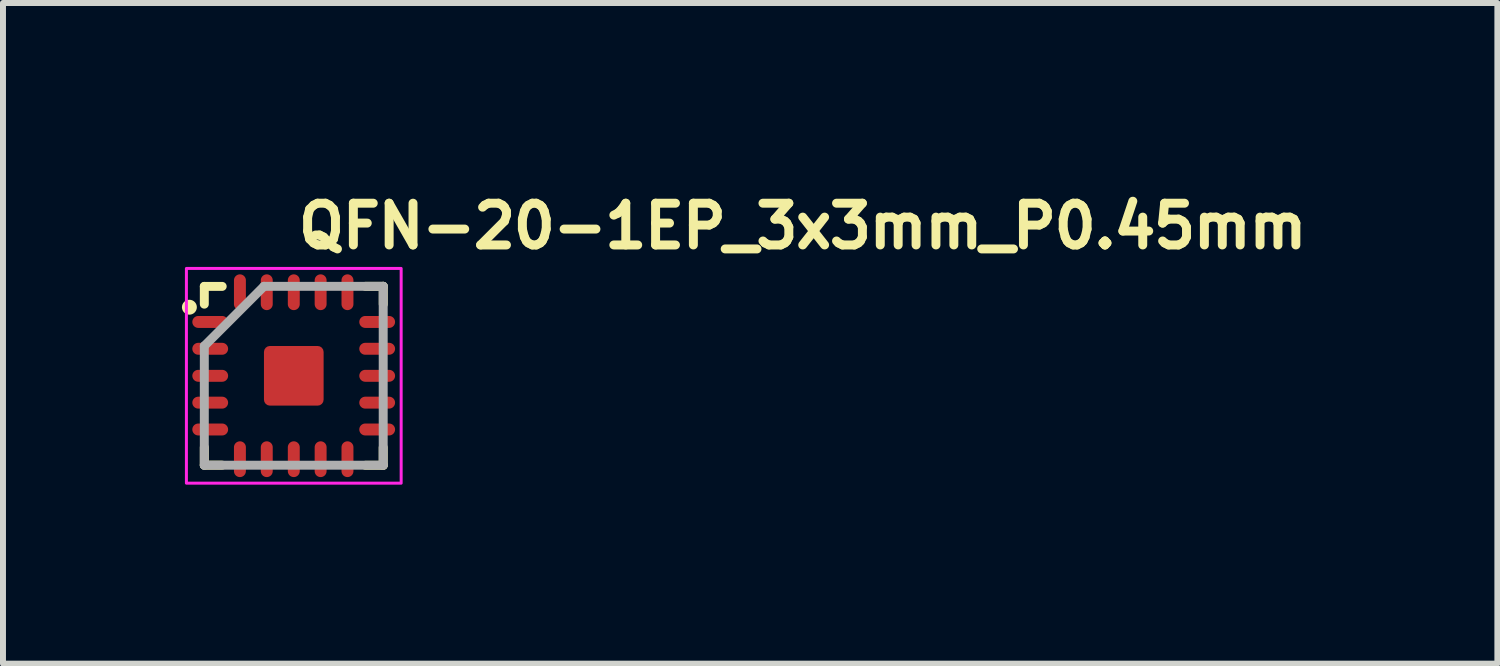
<source format=kicad_pcb>
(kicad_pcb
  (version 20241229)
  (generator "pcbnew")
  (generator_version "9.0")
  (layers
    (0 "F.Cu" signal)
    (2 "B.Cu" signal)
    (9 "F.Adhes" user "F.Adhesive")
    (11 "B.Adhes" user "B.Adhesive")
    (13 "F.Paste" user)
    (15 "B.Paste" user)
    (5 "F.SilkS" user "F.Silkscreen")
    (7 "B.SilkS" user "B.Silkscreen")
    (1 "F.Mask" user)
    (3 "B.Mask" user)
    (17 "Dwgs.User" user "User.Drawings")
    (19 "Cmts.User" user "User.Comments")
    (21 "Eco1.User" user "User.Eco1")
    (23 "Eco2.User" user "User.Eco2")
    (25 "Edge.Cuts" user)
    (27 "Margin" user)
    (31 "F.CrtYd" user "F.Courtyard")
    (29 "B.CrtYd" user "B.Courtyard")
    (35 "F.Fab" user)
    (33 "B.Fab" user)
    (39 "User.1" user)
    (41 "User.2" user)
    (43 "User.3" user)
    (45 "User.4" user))
  (footprint "QFN-20-1EP_3x3mm_P0.45mm"
    (layer "F.Cu")
    (at 1.875 3.25)
    (property "Reference" "QFN-20-1EP_3x3mm_P0.45mm" (at 0 -2.1 0) (layer "F.SilkS") (effects (font (size 0.7 0.7) (thickness 0.15)) (justify left bottom)))
    (attr smd)
    (fp_line (start -1.5 -1.499) (end -1.2 -1.499) (stroke (width 0.15) (type solid)) (layer "F.SilkS"))
    (fp_line (start -1.5 -1.201) (end -1.5 -1.499) (stroke (width 0.15) (type solid)) (layer "F.SilkS"))
    (fp_line (start -1.5 1.498) (end -1.5 1.2) (stroke (width 0.15) (type solid)) (layer "F.SilkS"))
    (fp_line (start -1.2 1.498) (end -1.5 1.498) (stroke (width 0.15) (type solid)) (layer "F.SilkS"))
    (fp_line (start 1.201 1.5) (end 1.499 1.5) (stroke (width 0.15) (type solid)) (layer "F.SilkS"))
    (fp_line (start 1.202 -1.5) (end 1.5 -1.5) (stroke (width 0.15) (type solid)) (layer "F.SilkS"))
    (fp_line (start 1.499 1.5) (end 1.499 1.202) (stroke (width 0.15) (type solid)) (layer "F.SilkS"))
    (fp_line (start 1.5 -1.5) (end 1.5 -1.2) (stroke (width 0.15) (type solid)) (layer "F.SilkS"))
    (fp_circle (center -1.75 -1.15) (end -1.7 -1.15) (stroke (width 0.15) (type solid)) (fill yes) (layer "F.SilkS"))
    (fp_rect (start -1.8 -1.8) (end 1.8 1.8) (stroke (width 0.05) (type solid)) (fill no) (layer "F.CrtYd"))
    (fp_line (start -1.5 -0.5) (end -1.5 1.499) (stroke (width 0.15) (type solid)) (layer "F.Fab"))
    (fp_line (start -1.5 1.499) (end 1.499 1.499) (stroke (width 0.15) (type solid)) (layer "F.Fab"))
    (fp_line (start -0.5 -1.5) (end -1.5 -0.5) (stroke (width 0.15) (type solid)) (layer "F.Fab"))
    (fp_line (start 1.499 -1.5) (end -0.5 -1.5) (stroke (width 0.15) (type solid)) (layer "F.Fab"))
    (fp_line (start 1.499 1.499) (end 1.499 -1.5) (stroke (width 0.15) (type solid)) (layer "F.Fab"))
    (fp_rect (start -1.5 -1.5) (end 1.499 1.499) (stroke (width 0.1) (type solid)) (fill no) (layer "User.5"))
    (fp_rect (start -1.5 -1.5) (end 1.499 1.499) (stroke (width 0.1) (type solid)) (fill no) (layer "User.5"))
    (fp_line (start -1.5 -0.952) (end -1.5 -0.85) (stroke (width 0.02) (type solid)) (layer "User.9"))
    (fp_line (start -1.5 -0.85) (end -1.45 -0.85) (stroke (width 0.02) (type solid)) (layer "User.9"))
    (fp_line (start -1.5 -0.5) (end -1.5 -0.403) (stroke (width 0.02) (type solid)) (layer "User.9"))
    (fp_line (start -1.5 -0.403) (end -1.45 -0.403) (stroke (width 0.02) (type solid)) (layer "User.9"))
    (fp_line (start -1.5 -0.053) (end -1.5 0.05) (stroke (width 0.02) (type solid)) (layer "User.9"))
    (fp_line (start -1.5 0.05) (end -1.45 0.05) (stroke (width 0.02) (type solid)) (layer "User.9"))
    (fp_line (start -1.5 0.4) (end -1.5 0.497) (stroke (width 0.02) (type solid)) (layer "User.9"))
    (fp_line (start -1.5 0.497) (end -1.45 0.497) (stroke (width 0.02) (type solid)) (layer "User.9"))
    (fp_line (start -1.5 0.847) (end -1.5 0.949) (stroke (width 0.02) (type solid)) (layer "User.9"))
    (fp_line (start -1.5 0.949) (end -1.45 0.949) (stroke (width 0.02) (type solid)) (layer "User.9"))
    (fp_line (start -1.45 -1.45) (end -1.45 1.449) (stroke (width 0.02) (type solid)) (layer "User.9"))
    (fp_line (start -1.45 -1.45) (end 1.449 -1.45) (stroke (width 0.02) (type solid)) (layer "User.9"))
    (fp_line (start -1.45 -0.952) (end -1.5 -0.952) (stroke (width 0.02) (type solid)) (layer "User.9"))
    (fp_line (start -1.45 -0.5) (end -1.5 -0.5) (stroke (width 0.02) (type solid)) (layer "User.9"))
    (fp_line (start -1.45 -0.053) (end -1.5 -0.053) (stroke (width 0.02) (type solid)) (layer "User.9"))
    (fp_line (start -1.45 0.4) (end -1.5 0.4) (stroke (width 0.02) (type solid)) (layer "User.9"))
    (fp_line (start -1.45 0.847) (end -1.5 0.847) (stroke (width 0.02) (type solid)) (layer "User.9"))
    (fp_line (start -1.45 1.449) (end 1.449 1.449) (stroke (width 0.02) (type solid)) (layer "User.9"))
    (fp_line (start -1.101 -1.012) (end -1.101 -1.006) (stroke (width 0.02) (type solid)) (layer "User.9"))
    (fp_line (start -1.101 -1.006) (end -1.101 -1) (stroke (width 0.02) (type solid)) (layer "User.9"))
    (fp_line (start -1.101 -1) (end -1.101 -1) (stroke (width 0.02) (type solid)) (layer "User.9"))
    (fp_line (start -1.101 -1) (end -1.101 -0.995) (stroke (width 0.02) (type solid)) (layer "User.9"))
    (fp_line (start -1.101 -0.995) (end -1.101 -0.99) (stroke (width 0.02) (type solid)) (layer "User.9"))
    (fp_line (start -1.101 -0.99) (end -1.099 -0.985) (stroke (width 0.02) (type solid)) (layer "User.9"))
    (fp_line (start -1.099 -1.022) (end -1.099 -1.016) (stroke (width 0.02) (type solid)) (layer "User.9"))
    (fp_line (start -1.099 -1.016) (end -1.101 -1.012) (stroke (width 0.02) (type solid)) (layer "User.9"))
    (fp_line (start -1.099 -0.985) (end -1.099 -0.98) (stroke (width 0.02) (type solid)) (layer "User.9"))
    (fp_line (start -1.099 -0.98) (end -1.097 -0.976) (stroke (width 0.02) (type solid)) (layer "User.9"))
    (fp_line (start -1.097 -1.031) (end -1.097 -1.025) (stroke (width 0.02) (type solid)) (layer "User.9"))
    (fp_line (start -1.097 -1.025) (end -1.099 -1.022) (stroke (width 0.02) (type solid)) (layer "User.9"))
    (fp_line (start -1.097 -0.976) (end -1.097 -0.971) (stroke (width 0.02) (type solid)) (layer "User.9"))
    (fp_line (start -1.097 -0.971) (end -1.095 -0.966) (stroke (width 0.02) (type solid)) (layer "User.9"))
    (fp_line (start -1.095 -1.035) (end -1.097 -1.031) (stroke (width 0.02) (type solid)) (layer "User.9"))
    (fp_line (start -1.095 -0.966) (end -1.093 -0.962) (stroke (width 0.02) (type solid)) (layer "User.9"))
    (fp_line (start -1.093 -1.039) (end -1.095 -1.035) (stroke (width 0.02) (type solid)) (layer "User.9"))
    (fp_line (start -1.093 -0.962) (end -1.091 -0.959) (stroke (width 0.02) (type solid)) (layer "User.9"))
    (fp_line (start -1.091 -1.045) (end -1.093 -1.039) (stroke (width 0.02) (type solid)) (layer "User.9"))
    (fp_line (start -1.091 -0.959) (end -1.089 -0.955) (stroke (width 0.02) (type solid)) (layer "User.9"))
    (fp_line (start -1.089 -1.049) (end -1.091 -1.045) (stroke (width 0.02) (type solid)) (layer "User.9"))
    (fp_line (start -1.089 -0.955) (end -1.087 -0.951) (stroke (width 0.02) (type solid)) (layer "User.9"))
    (fp_line (start -1.087 -1.053) (end -1.089 -1.049) (stroke (width 0.02) (type solid)) (layer "User.9"))
    (fp_line (start -1.087 -0.951) (end -1.083 -0.947) (stroke (width 0.02) (type solid)) (layer "User.9"))
    (fp_line (start -1.083 -1.057) (end -1.087 -1.053) (stroke (width 0.02) (type solid)) (layer "User.9"))
    (fp_line (start -1.083 -0.947) (end -1.081 -0.943) (stroke (width 0.02) (type solid)) (layer "User.9"))
    (fp_line (start -1.081 -1.061) (end -1.083 -1.057) (stroke (width 0.02) (type solid)) (layer "User.9"))
    (fp_line (start -1.081 -0.943) (end -1.079 -0.939) (stroke (width 0.02) (type solid)) (layer "User.9"))
    (fp_line (start -1.079 -1.065) (end -1.081 -1.061) (stroke (width 0.02) (type solid)) (layer "User.9"))
    (fp_line (start -1.079 -0.939) (end -1.075 -0.935) (stroke (width 0.02) (type solid)) (layer "User.9"))
    (fp_line (start -1.075 -1.069) (end -1.079 -1.065) (stroke (width 0.02) (type solid)) (layer "User.9"))
    (fp_line (start -1.075 -0.935) (end -1.071 -0.932) (stroke (width 0.02) (type solid)) (layer "User.9"))
    (fp_line (start -1.071 -1.071) (end -1.075 -1.069) (stroke (width 0.02) (type solid)) (layer "User.9"))
    (fp_line (start -1.071 -0.932) (end -1.069 -0.928) (stroke (width 0.02) (type solid)) (layer "User.9"))
    (fp_line (start -1.069 -1.075) (end -1.071 -1.071) (stroke (width 0.02) (type solid)) (layer "User.9"))
    (fp_line (start -1.069 -0.928) (end -1.065 -0.925) (stroke (width 0.02) (type solid)) (layer "User.9"))
    (fp_line (start -1.065 -1.079) (end -1.069 -1.075) (stroke (width 0.02) (type solid)) (layer "User.9"))
    (fp_line (start -1.065 -0.925) (end -1.061 -0.922) (stroke (width 0.02) (type solid)) (layer "User.9"))
    (fp_line (start -1.061 -1.081) (end -1.065 -1.079) (stroke (width 0.02) (type solid)) (layer "User.9"))
    (fp_line (start -1.061 -0.922) (end -1.057 -0.92) (stroke (width 0.02) (type solid)) (layer "User.9"))
    (fp_line (start -1.057 -1.083) (end -1.061 -1.081) (stroke (width 0.02) (type solid)) (layer "User.9"))
    (fp_line (start -1.057 -0.92) (end -1.053 -0.917) (stroke (width 0.02) (type solid)) (layer "User.9"))
    (fp_line (start -1.053 -1.087) (end -1.057 -1.083) (stroke (width 0.02) (type solid)) (layer "User.9"))
    (fp_line (start -1.053 -0.917) (end -1.049 -0.915) (stroke (width 0.02) (type solid)) (layer "User.9"))
    (fp_line (start -1.049 -1.089) (end -1.053 -1.087) (stroke (width 0.02) (type solid)) (layer "User.9"))
    (fp_line (start -1.049 -0.915) (end -1.045 -0.912) (stroke (width 0.02) (type solid)) (layer "User.9"))
    (fp_line (start -1.045 -1.091) (end -1.049 -1.089) (stroke (width 0.02) (type solid)) (layer "User.9"))
    (fp_line (start -1.045 -0.912) (end -1.039 -0.91) (stroke (width 0.02) (type solid)) (layer "User.9"))
    (fp_line (start -1.039 -1.093) (end -1.045 -1.091) (stroke (width 0.02) (type solid)) (layer "User.9"))
    (fp_line (start -1.039 -0.91) (end -1.035 -0.909) (stroke (width 0.02) (type solid)) (layer "User.9"))
    (fp_line (start -1.035 -1.095) (end -1.039 -1.093) (stroke (width 0.02) (type solid)) (layer "User.9"))
    (fp_line (start -1.035 -0.909) (end -1.031 -0.907) (stroke (width 0.02) (type solid)) (layer "User.9"))
    (fp_line (start -1.031 -1.097) (end -1.035 -1.095) (stroke (width 0.02) (type solid)) (layer "User.9"))
    (fp_line (start -1.031 -0.907) (end -1.025 -0.906) (stroke (width 0.02) (type solid)) (layer "User.9"))
    (fp_line (start -1.025 -1.097) (end -1.031 -1.097) (stroke (width 0.02) (type solid)) (layer "User.9"))
    (fp_line (start -1.025 -0.906) (end -1.022 -0.905) (stroke (width 0.02) (type solid)) (layer "User.9"))
    (fp_line (start -1.022 -1.099) (end -1.025 -1.097) (stroke (width 0.02) (type solid)) (layer "User.9"))
    (fp_line (start -1.022 -0.905) (end -1.016 -0.904) (stroke (width 0.02) (type solid)) (layer "User.9"))
    (fp_line (start -1.016 -1.099) (end -1.022 -1.099) (stroke (width 0.02) (type solid)) (layer "User.9"))
    (fp_line (start -1.016 -0.904) (end -1.012 -0.903) (stroke (width 0.02) (type solid)) (layer "User.9"))
    (fp_line (start -1.012 -1.101) (end -1.016 -1.099) (stroke (width 0.02) (type solid)) (layer "User.9"))
    (fp_line (start -1.012 -0.903) (end -1.006 -0.903) (stroke (width 0.02) (type solid)) (layer "User.9"))
    (fp_line (start -1.006 -1.101) (end -1.012 -1.101) (stroke (width 0.02) (type solid)) (layer "User.9"))
    (fp_line (start -1.006 -0.903) (end -1 -0.903) (stroke (width 0.02) (type solid)) (layer "User.9"))
    (fp_line (start -1 -1.101) (end -1.006 -1.101) (stroke (width 0.02) (type solid)) (layer "User.9"))
    (fp_line (start -1 -1.101) (end -1 -1.101) (stroke (width 0.02) (type solid)) (layer "User.9"))
    (fp_line (start -1 -0.903) (end -1 -0.903) (stroke (width 0.02) (type solid)) (layer "User.9"))
    (fp_line (start -1 -0.903) (end -0.995 -0.903) (stroke (width 0.02) (type solid)) (layer "User.9"))
    (fp_line (start -0.995 -1.101) (end -1 -1.101) (stroke (width 0.02) (type solid)) (layer "User.9"))
    (fp_line (start -0.995 -0.903) (end -0.99 -0.903) (stroke (width 0.02) (type solid)) (layer "User.9"))
    (fp_line (start -0.99 -1.101) (end -0.995 -1.101) (stroke (width 0.02) (type solid)) (layer "User.9"))
    (fp_line (start -0.99 -0.903) (end -0.985 -0.904) (stroke (width 0.02) (type solid)) (layer "User.9"))
    (fp_line (start -0.985 -1.099) (end -0.99 -1.101) (stroke (width 0.02) (type solid)) (layer "User.9"))
    (fp_line (start -0.985 -0.904) (end -0.98 -0.905) (stroke (width 0.02) (type solid)) (layer "User.9"))
    (fp_line (start -0.98 -1.099) (end -0.985 -1.099) (stroke (width 0.02) (type solid)) (layer "User.9"))
    (fp_line (start -0.98 -0.905) (end -0.976 -0.906) (stroke (width 0.02) (type solid)) (layer "User.9"))
    (fp_line (start -0.976 -1.097) (end -0.98 -1.099) (stroke (width 0.02) (type solid)) (layer "User.9"))
    (fp_line (start -0.976 -0.906) (end -0.971 -0.907) (stroke (width 0.02) (type solid)) (layer "User.9"))
    (fp_line (start -0.971 -1.097) (end -0.976 -1.097) (stroke (width 0.02) (type solid)) (layer "User.9"))
    (fp_line (start -0.971 -0.907) (end -0.966 -0.909) (stroke (width 0.02) (type solid)) (layer "User.9"))
    (fp_line (start -0.966 -1.095) (end -0.971 -1.097) (stroke (width 0.02) (type solid)) (layer "User.9"))
    (fp_line (start -0.966 -0.909) (end -0.962 -0.91) (stroke (width 0.02) (type solid)) (layer "User.9"))
    (fp_line (start -0.962 -1.093) (end -0.966 -1.095) (stroke (width 0.02) (type solid)) (layer "User.9"))
    (fp_line (start -0.962 -0.91) (end -0.959 -0.912) (stroke (width 0.02) (type solid)) (layer "User.9"))
    (fp_line (start -0.959 -1.091) (end -0.962 -1.093) (stroke (width 0.02) (type solid)) (layer "User.9"))
    (fp_line (start -0.959 -0.912) (end -0.955 -0.915) (stroke (width 0.02) (type solid)) (layer "User.9"))
    (fp_line (start -0.955 -1.089) (end -0.959 -1.091) (stroke (width 0.02) (type solid)) (layer "User.9"))
    (fp_line (start -0.955 -0.915) (end -0.951 -0.917) (stroke (width 0.02) (type solid)) (layer "User.9"))
    (fp_line (start -0.952 -1.5) (end -0.952 -1.45) (stroke (width 0.02) (type solid)) (layer "User.9"))
    (fp_line (start -0.952 1.449) (end -0.952 1.499) (stroke (width 0.02) (type solid)) (layer "User.9"))
    (fp_line (start -0.952 1.499) (end -0.85 1.499) (stroke (width 0.02) (type solid)) (layer "User.9"))
    (fp_line (start -0.951 -1.087) (end -0.955 -1.089) (stroke (width 0.02) (type solid)) (layer "User.9"))
    (fp_line (start -0.951 -0.917) (end -0.947 -0.92) (stroke (width 0.02) (type solid)) (layer "User.9"))
    (fp_line (start -0.947 -1.083) (end -0.951 -1.087) (stroke (width 0.02) (type solid)) (layer "User.9"))
    (fp_line (start -0.947 -0.92) (end -0.943 -0.922) (stroke (width 0.02) (type solid)) (layer "User.9"))
    (fp_line (start -0.943 -1.081) (end -0.947 -1.083) (stroke (width 0.02) (type solid)) (layer "User.9"))
    (fp_line (start -0.943 -0.922) (end -0.939 -0.925) (stroke (width 0.02) (type solid)) (layer "User.9"))
    (fp_line (start -0.939 -1.079) (end -0.943 -1.081) (stroke (width 0.02) (type solid)) (layer "User.9"))
    (fp_line (start -0.939 -0.925) (end -0.935 -0.928) (stroke (width 0.02) (type solid)) (layer "User.9"))
    (fp_line (start -0.935 -1.075) (end -0.939 -1.079) (stroke (width 0.02) (type solid)) (layer "User.9"))
    (fp_line (start -0.935 -0.928) (end -0.932 -0.932) (stroke (width 0.02) (type solid)) (layer "User.9"))
    (fp_line (start -0.932 -1.071) (end -0.935 -1.075) (stroke (width 0.02) (type solid)) (layer "User.9"))
    (fp_line (start -0.932 -0.932) (end -0.928 -0.935) (stroke (width 0.02) (type solid)) (layer "User.9"))
    (fp_line (start -0.928 -1.069) (end -0.932 -1.071) (stroke (width 0.02) (type solid)) (layer "User.9"))
    (fp_line (start -0.928 -0.935) (end -0.925 -0.939) (stroke (width 0.02) (type solid)) (layer "User.9"))
    (fp_line (start -0.925 -1.065) (end -0.928 -1.069) (stroke (width 0.02) (type solid)) (layer "User.9"))
    (fp_line (start -0.925 -0.939) (end -0.922 -0.943) (stroke (width 0.02) (type solid)) (layer "User.9"))
    (fp_line (start -0.922 -1.061) (end -0.925 -1.065) (stroke (width 0.02) (type solid)) (layer "User.9"))
    (fp_line (start -0.922 -0.943) (end -0.92 -0.947) (stroke (width 0.02) (type solid)) (layer "User.9"))
    (fp_line (start -0.92 -1.057) (end -0.922 -1.061) (stroke (width 0.02) (type solid)) (layer "User.9"))
    (fp_line (start -0.92 -0.947) (end -0.917 -0.951) (stroke (width 0.02) (type solid)) (layer "User.9"))
    (fp_line (start -0.917 -1.053) (end -0.92 -1.057) (stroke (width 0.02) (type solid)) (layer "User.9"))
    (fp_line (start -0.917 -0.951) (end -0.915 -0.955) (stroke (width 0.02) (type solid)) (layer "User.9"))
    (fp_line (start -0.915 -1.049) (end -0.917 -1.053) (stroke (width 0.02) (type solid)) (layer "User.9"))
    (fp_line (start -0.915 -0.955) (end -0.912 -0.959) (stroke (width 0.02) (type solid)) (layer "User.9"))
    (fp_line (start -0.912 -1.045) (end -0.915 -1.049) (stroke (width 0.02) (type solid)) (layer "User.9"))
    (fp_line (start -0.912 -0.959) (end -0.91 -0.962) (stroke (width 0.02) (type solid)) (layer "User.9"))
    (fp_line (start -0.91 -1.039) (end -0.912 -1.045) (stroke (width 0.02) (type solid)) (layer "User.9"))
    (fp_line (start -0.91 -0.962) (end -0.909 -0.966) (stroke (width 0.02) (type solid)) (layer "User.9"))
    (fp_line (start -0.909 -1.035) (end -0.91 -1.039) (stroke (width 0.02) (type solid)) (layer "User.9"))
    (fp_line (start -0.909 -0.966) (end -0.907 -0.971) (stroke (width 0.02) (type solid)) (layer "User.9"))
    (fp_line (start -0.907 -1.031) (end -0.909 -1.035) (stroke (width 0.02) (type solid)) (layer "User.9"))
    (fp_line (start -0.907 -0.971) (end -0.906 -0.976) (stroke (width 0.02) (type solid)) (layer "User.9"))
    (fp_line (start -0.906 -1.025) (end -0.907 -1.031) (stroke (width 0.02) (type solid)) (layer "User.9"))
    (fp_line (start -0.906 -0.976) (end -0.905 -0.98) (stroke (width 0.02) (type solid)) (layer "User.9"))
    (fp_line (start -0.905 -1.022) (end -0.906 -1.025) (stroke (width 0.02) (type solid)) (layer "User.9"))
    (fp_line (start -0.905 -0.98) (end -0.904 -0.985) (stroke (width 0.02) (type solid)) (layer "User.9"))
    (fp_line (start -0.904 -1.016) (end -0.905 -1.022) (stroke (width 0.02) (type solid)) (layer "User.9"))
    (fp_line (start -0.904 -0.985) (end -0.903 -0.99) (stroke (width 0.02) (type solid)) (layer "User.9"))
    (fp_line (start -0.903 -1.012) (end -0.904 -1.016) (stroke (width 0.02) (type solid)) (layer "User.9"))
    (fp_line (start -0.903 -1.006) (end -0.903 -1.012) (stroke (width 0.02) (type solid)) (layer "User.9"))
    (fp_line (start -0.903 -1) (end -0.903 -1.006) (stroke (width 0.02) (type solid)) (layer "User.9"))
    (fp_line (start -0.903 -1) (end -0.903 -1) (stroke (width 0.02) (type solid)) (layer "User.9"))
    (fp_line (start -0.903 -1) (end -0.903 -1) (stroke (width 0.02) (type solid)) (layer "User.9"))
    (fp_line (start -0.903 -0.995) (end -0.903 -1) (stroke (width 0.02) (type solid)) (layer "User.9"))
    (fp_line (start -0.903 -0.99) (end -0.903 -0.995) (stroke (width 0.02) (type solid)) (layer "User.9"))
    (fp_line (start -0.85 -1.5) (end -0.952 -1.5) (stroke (width 0.02) (type solid)) (layer "User.9"))
    (fp_line (start -0.85 -1.45) (end -0.85 -1.5) (stroke (width 0.02) (type solid)) (layer "User.9"))
    (fp_line (start -0.85 1.499) (end -0.85 1.449) (stroke (width 0.02) (type solid)) (layer "User.9"))
    (fp_line (start -0.5 -1.5) (end -0.5 -1.45) (stroke (width 0.02) (type solid)) (layer "User.9"))
    (fp_line (start -0.5 1.449) (end -0.5 1.499) (stroke (width 0.02) (type solid)) (layer "User.9"))
    (fp_line (start -0.5 1.499) (end -0.403 1.499) (stroke (width 0.02) (type solid)) (layer "User.9"))
    (fp_line (start -0.403 -1.5) (end -0.5 -1.5) (stroke (width 0.02) (type solid)) (layer "User.9"))
    (fp_line (start -0.403 -1.45) (end -0.403 -1.5) (stroke (width 0.02) (type solid)) (layer "User.9"))
    (fp_line (start -0.403 1.499) (end -0.403 1.449) (stroke (width 0.02) (type solid)) (layer "User.9"))
    (fp_line (start -0.053 -1.5) (end -0.053 -1.45) (stroke (width 0.02) (type solid)) (layer "User.9"))
    (fp_line (start -0.053 1.449) (end -0.053 1.499) (stroke (width 0.02) (type solid)) (layer "User.9"))
    (fp_line (start -0.053 1.499) (end 0.05 1.499) (stroke (width 0.02) (type solid)) (layer "User.9"))
    (fp_line (start 0.05 -1.5) (end -0.053 -1.5) (stroke (width 0.02) (type solid)) (layer "User.9"))
    (fp_line (start 0.05 -1.45) (end 0.05 -1.5) (stroke (width 0.02) (type solid)) (layer "User.9"))
    (fp_line (start 0.05 1.499) (end 0.05 1.449) (stroke (width 0.02) (type solid)) (layer "User.9"))
    (fp_line (start 0.4 -1.5) (end 0.4 -1.45) (stroke (width 0.02) (type solid)) (layer "User.9"))
    (fp_line (start 0.4 1.449) (end 0.4 1.499) (stroke (width 0.02) (type solid)) (layer "User.9"))
    (fp_line (start 0.4 1.499) (end 0.497 1.499) (stroke (width 0.02) (type solid)) (layer "User.9"))
    (fp_line (start 0.497 -1.5) (end 0.4 -1.5) (stroke (width 0.02) (type solid)) (layer "User.9"))
    (fp_line (start 0.497 -1.45) (end 0.497 -1.5) (stroke (width 0.02) (type solid)) (layer "User.9"))
    (fp_line (start 0.497 1.499) (end 0.497 1.449) (stroke (width 0.02) (type solid)) (layer "User.9"))
    (fp_line (start 0.847 -1.5) (end 0.847 -1.45) (stroke (width 0.02) (type solid)) (layer "User.9"))
    (fp_line (start 0.847 1.449) (end 0.847 1.499) (stroke (width 0.02) (type solid)) (layer "User.9"))
    (fp_line (start 0.847 1.499) (end 0.949 1.499) (stroke (width 0.02) (type solid)) (layer "User.9"))
    (fp_line (start 0.949 -1.5) (end 0.847 -1.5) (stroke (width 0.02) (type solid)) (layer "User.9"))
    (fp_line (start 0.949 -1.45) (end 0.949 -1.5) (stroke (width 0.02) (type solid)) (layer "User.9"))
    (fp_line (start 0.949 1.499) (end 0.949 1.449) (stroke (width 0.02) (type solid)) (layer "User.9"))
    (fp_line (start 1.449 -1.45) (end 1.449 1.449) (stroke (width 0.02) (type solid)) (layer "User.9"))
    (fp_line (start 1.449 -0.85) (end 1.499 -0.85) (stroke (width 0.02) (type solid)) (layer "User.9"))
    (fp_line (start 1.449 -0.403) (end 1.499 -0.403) (stroke (width 0.02) (type solid)) (layer "User.9"))
    (fp_line (start 1.449 0.05) (end 1.499 0.05) (stroke (width 0.02) (type solid)) (layer "User.9"))
    (fp_line (start 1.449 0.497) (end 1.499 0.497) (stroke (width 0.02) (type solid)) (layer "User.9"))
    (fp_line (start 1.449 0.949) (end 1.499 0.949) (stroke (width 0.02) (type solid)) (layer "User.9"))
    (fp_line (start 1.499 -0.952) (end 1.449 -0.952) (stroke (width 0.02) (type solid)) (layer "User.9"))
    (fp_line (start 1.499 -0.85) (end 1.499 -0.952) (stroke (width 0.02) (type solid)) (layer "User.9"))
    (fp_line (start 1.499 -0.5) (end 1.449 -0.5) (stroke (width 0.02) (type solid)) (layer "User.9"))
    (fp_line (start 1.499 -0.403) (end 1.499 -0.5) (stroke (width 0.02) (type solid)) (layer "User.9"))
    (fp_line (start 1.499 -0.053) (end 1.449 -0.053) (stroke (width 0.02) (type solid)) (layer "User.9"))
    (fp_line (start 1.499 0.05) (end 1.499 -0.053) (stroke (width 0.02) (type solid)) (layer "User.9"))
    (fp_line (start 1.499 0.4) (end 1.449 0.4) (stroke (width 0.02) (type solid)) (layer "User.9"))
    (fp_line (start 1.499 0.497) (end 1.499 0.4) (stroke (width 0.02) (type solid)) (layer "User.9"))
    (fp_line (start 1.499 0.847) (end 1.449 0.847) (stroke (width 0.02) (type solid)) (layer "User.9"))
    (fp_line (start 1.499 0.949) (end 1.499 0.847) (stroke (width 0.02) (type solid)) (layer "User.9"))
    (pad "1" smd oval (at -1.401 -0.903 90) (size 0.2 0.6) (layers "F.Cu" "F.Mask" "F.Paste"))
    (pad "2" smd oval (at -1.401 -0.453 90) (size 0.2 0.6) (layers "F.Cu" "F.Mask" "F.Paste"))
    (pad "3" smd oval (at -1.401 0 90) (size 0.2 0.6) (layers "F.Cu" "F.Mask" "F.Paste"))
    (pad "4" smd oval (at -1.401 0.45 90) (size 0.2 0.6) (layers "F.Cu" "F.Mask" "F.Paste"))
    (pad "5" smd oval (at -1.401 0.9 90) (size 0.2 0.6) (layers "F.Cu" "F.Mask" "F.Paste"))
    (pad "6" smd oval (at -0.903 1.398) (size 0.2 0.6) (layers "F.Cu" "F.Mask" "F.Paste"))
    (pad "7" smd oval (at -0.453 1.398) (size 0.2 0.6) (layers "F.Cu" "F.Mask" "F.Paste"))
    (pad "8" smd oval (at 0 1.398) (size 0.2 0.6) (layers "F.Cu" "F.Mask" "F.Paste"))
    (pad "9" smd oval (at 0.45 1.398) (size 0.2 0.6) (layers "F.Cu" "F.Mask" "F.Paste"))
    (pad "10" smd oval (at 0.9 1.398) (size 0.2 0.6) (layers "F.Cu" "F.Mask" "F.Paste"))
    (pad "11" smd oval (at 1.398 0.9 90) (size 0.2 0.6) (layers "F.Cu" "F.Mask" "F.Paste"))
    (pad "12" smd oval (at 1.398 0.45 90) (size 0.2 0.6) (layers "F.Cu" "F.Mask" "F.Paste"))
    (pad "13" smd oval (at 1.398 0 90) (size 0.2 0.6) (layers "F.Cu" "F.Mask" "F.Paste"))
    (pad "14" smd oval (at 1.398 -0.453 90) (size 0.2 0.6) (layers "F.Cu" "F.Mask" "F.Paste"))
    (pad "15" smd oval (at 1.398 -0.903 90) (size 0.2 0.6) (layers "F.Cu" "F.Mask" "F.Paste"))
    (pad "16" smd oval (at 0.9 -1.401) (size 0.2 0.6) (layers "F.Cu" "F.Mask" "F.Paste"))
    (pad "17" smd oval (at 0.45 -1.401) (size 0.2 0.6) (layers "F.Cu" "F.Mask" "F.Paste"))
    (pad "18" smd oval (at 0 -1.401) (size 0.2 0.6) (layers "F.Cu" "F.Mask" "F.Paste"))
    (pad "19" smd oval (at -0.453 -1.401) (size 0.2 0.6) (layers "F.Cu" "F.Mask" "F.Paste"))
    (pad "20" smd oval (at -0.903 -1.401) (size 0.2 0.6) (layers "F.Cu" "F.Mask" "F.Paste"))
    (pad "21" smd roundrect (at 0 0) (size 1 1) (layers "F.Cu" "F.Mask" "F.Paste") (roundrect_rratio 0.1)))
  (gr_rect
    (start -3 -3)
    (end 22.052 8.075)
    (stroke (width 0.1) (type default))
    (fill no)
    (layer "Edge.Cuts")))
</source>
